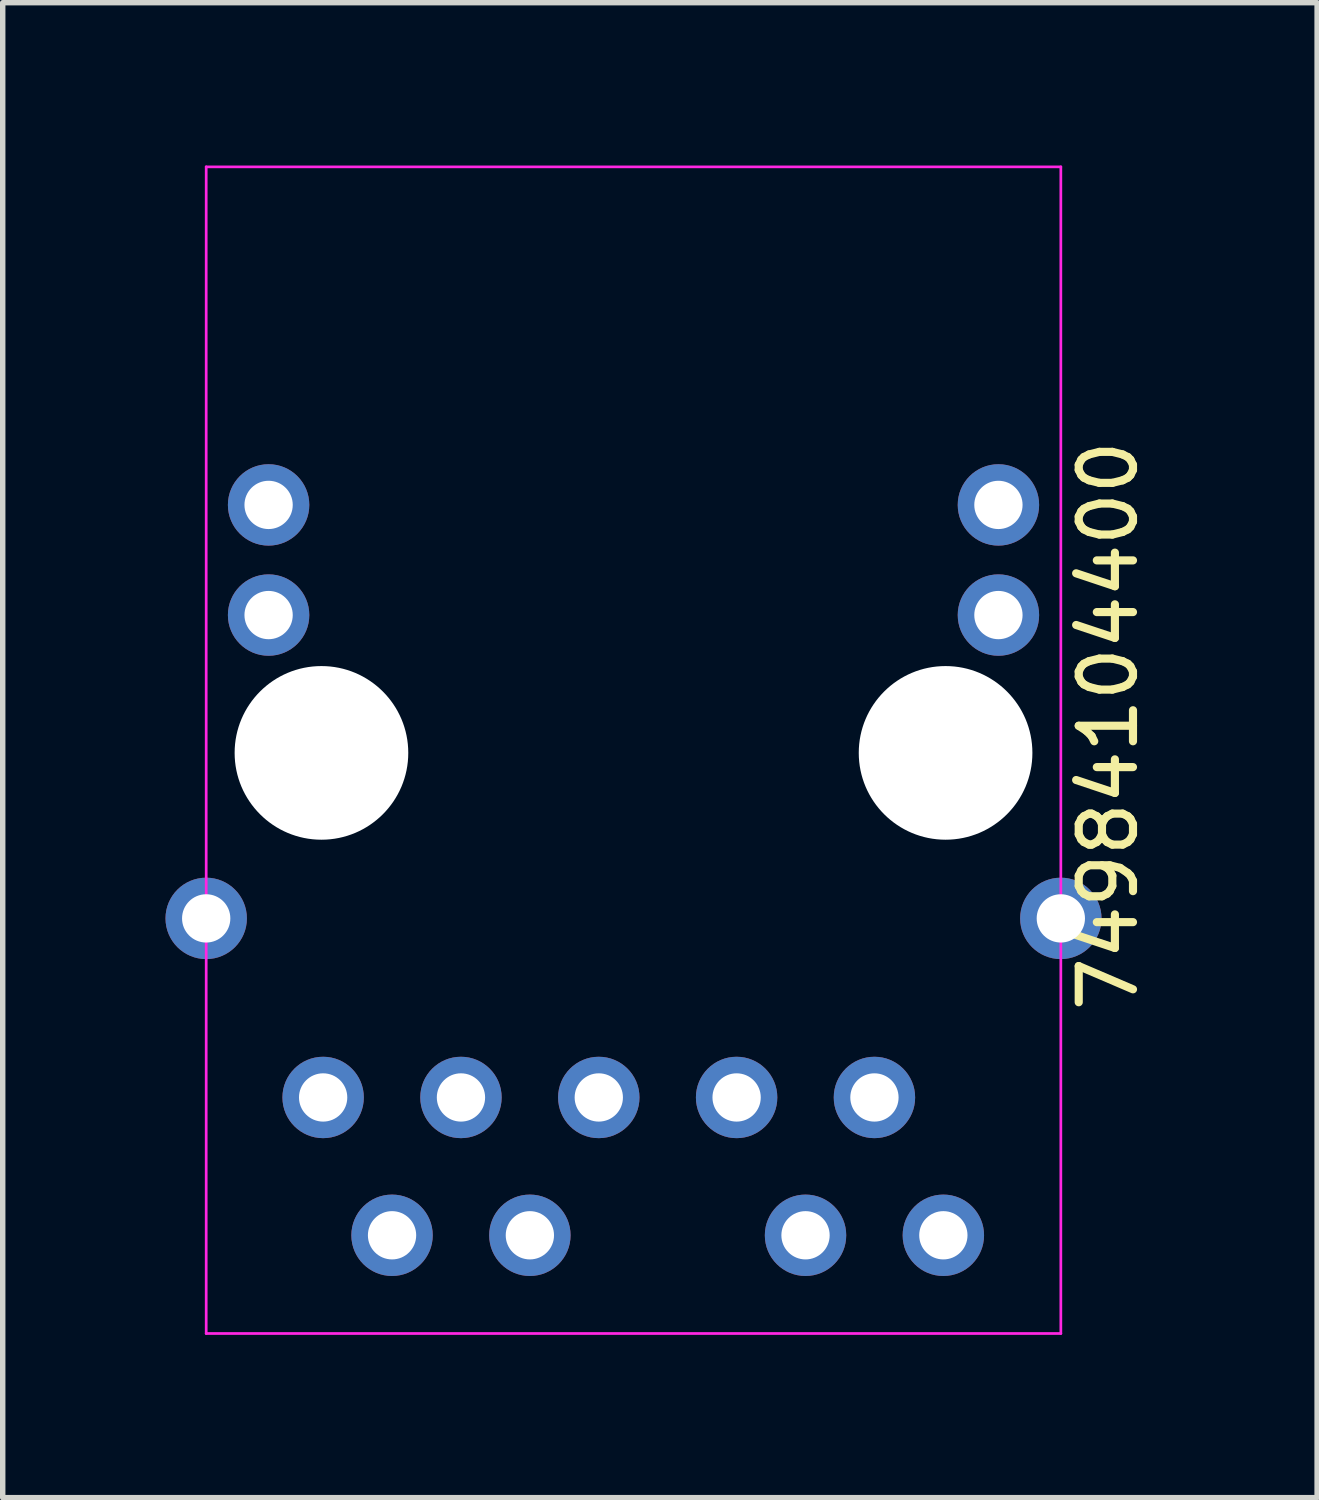
<source format=kicad_pcb>
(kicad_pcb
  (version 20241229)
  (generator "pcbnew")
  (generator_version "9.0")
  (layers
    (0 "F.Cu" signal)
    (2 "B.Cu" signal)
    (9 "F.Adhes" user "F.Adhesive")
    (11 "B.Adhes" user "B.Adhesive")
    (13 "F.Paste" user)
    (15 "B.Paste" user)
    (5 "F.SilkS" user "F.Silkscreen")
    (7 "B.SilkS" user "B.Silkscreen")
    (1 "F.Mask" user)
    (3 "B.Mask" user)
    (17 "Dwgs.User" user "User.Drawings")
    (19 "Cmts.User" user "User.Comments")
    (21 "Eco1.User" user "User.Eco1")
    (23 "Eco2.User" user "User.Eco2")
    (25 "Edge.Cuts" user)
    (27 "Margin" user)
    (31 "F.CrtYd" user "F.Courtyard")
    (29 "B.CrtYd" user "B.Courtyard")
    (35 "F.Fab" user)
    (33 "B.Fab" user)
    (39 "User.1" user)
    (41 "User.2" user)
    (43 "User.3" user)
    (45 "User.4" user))
  (footprint "74984104400"
    (layer "F.Cu")
    (at 8.625 10.825)
    (property "Reference" "74984104400" (at 8.75 -0.5 270) (layer "F.SilkS") (effects (font (size 1 1) (thickness 0.15))))
    (attr through_hole)
    (fp_line (start -7.875 -10.8) (end -7.875 10.7) (stroke (width 0.05) (type solid)) (layer "F.CrtYd"))
    (fp_line (start -7.875 10.7) (end 7.875 10.7) (stroke (width 0.05) (type solid)) (layer "F.CrtYd"))
    (fp_line (start 7.875 -10.8) (end -7.875 -10.8) (stroke (width 0.05) (type solid)) (layer "F.CrtYd"))
    (fp_line (start 7.875 10.7) (end 7.875 -10.8) (stroke (width 0.05) (type solid)) (layer "F.CrtYd"))
    (pad "" thru_hole circle (at -7.875 3.05) (size 1.5 1.5) (drill 0.89) (layers "*.Cu" "*.Mask"))
    (pad "" np_thru_hole circle (at -5.751 0) (size 3.2 3.2) (drill 3.2) (layers "*.Cu" "*.Mask"))
    (pad "" np_thru_hole circle (at 5.751 0) (size 3.2 3.2) (drill 3.2) (layers "*.Cu" "*.Mask"))
    (pad "" thru_hole circle (at 7.875 3.05) (size 1.5 1.5) (drill 0.89) (layers "*.Cu" "*.Mask"))
    (pad "1" thru_hole circle (at -5.72 6.35) (size 1.5 1.5) (drill 0.89) (layers "*.Cu" "*.Mask"))
    (pad "2" thru_hole circle (at -4.45 8.89) (size 1.5 1.5) (drill 0.89) (layers "*.Cu" "*.Mask"))
    (pad "3" thru_hole circle (at -3.18 6.35) (size 1.5 1.5) (drill 0.89) (layers "*.Cu" "*.Mask"))
    (pad "4" thru_hole circle (at -1.91 8.89) (size 1.5 1.5) (drill 0.89) (layers "*.Cu" "*.Mask"))
    (pad "5" thru_hole circle (at -0.64 6.35) (size 1.5 1.5) (drill 0.89) (layers "*.Cu" "*.Mask"))
    (pad "7" thru_hole circle (at 1.9 6.35) (size 1.5 1.5) (drill 0.89) (layers "*.Cu" "*.Mask"))
    (pad "8" thru_hole circle (at 3.17 8.89) (size 1.5 1.5) (drill 0.89) (layers "*.Cu" "*.Mask"))
    (pad "9" thru_hole circle (at 4.44 6.35) (size 1.5 1.5) (drill 0.89) (layers "*.Cu" "*.Mask"))
    (pad "10" thru_hole circle (at 5.71 8.89) (size 1.5 1.5) (drill 0.89) (layers "*.Cu" "*.Mask"))
    (pad "11" thru_hole circle (at -6.725 -2.54) (size 1.5 1.5) (drill 0.89) (layers "*.Cu" "*.Mask"))
    (pad "12" thru_hole circle (at -6.725 -4.57) (size 1.5 1.5) (drill 0.89) (layers "*.Cu" "*.Mask"))
    (pad "13" thru_hole circle (at 6.725 -2.54) (size 1.5 1.5) (drill 0.89) (layers "*.Cu" "*.Mask"))
    (pad "14" thru_hole circle (at 6.725 -4.57) (size 1.5 1.5) (drill 0.89) (layers "*.Cu" "*.Mask")))
  (gr_rect
    (start -3 -3)
    (end 21.223 24.55)
    (stroke (width 0.1) (type default))
    (fill no)
    (layer "Edge.Cuts")))
</source>
